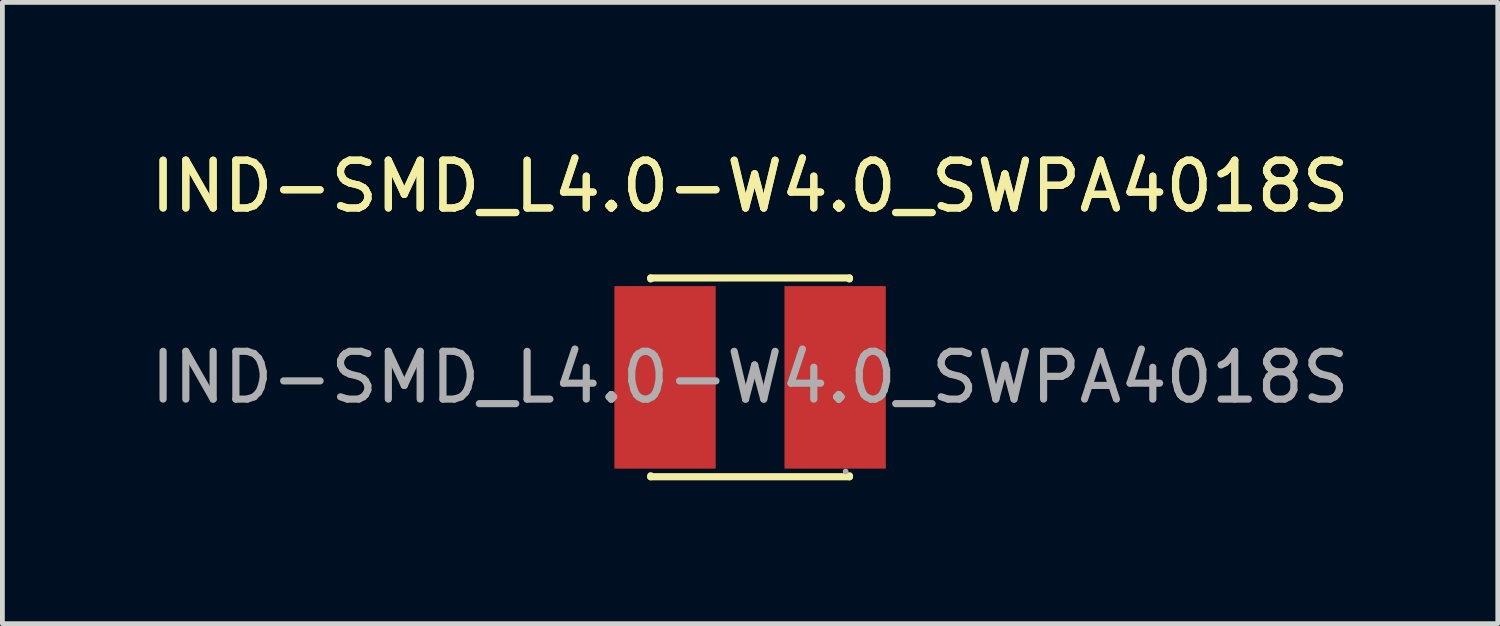
<source format=kicad_pcb>
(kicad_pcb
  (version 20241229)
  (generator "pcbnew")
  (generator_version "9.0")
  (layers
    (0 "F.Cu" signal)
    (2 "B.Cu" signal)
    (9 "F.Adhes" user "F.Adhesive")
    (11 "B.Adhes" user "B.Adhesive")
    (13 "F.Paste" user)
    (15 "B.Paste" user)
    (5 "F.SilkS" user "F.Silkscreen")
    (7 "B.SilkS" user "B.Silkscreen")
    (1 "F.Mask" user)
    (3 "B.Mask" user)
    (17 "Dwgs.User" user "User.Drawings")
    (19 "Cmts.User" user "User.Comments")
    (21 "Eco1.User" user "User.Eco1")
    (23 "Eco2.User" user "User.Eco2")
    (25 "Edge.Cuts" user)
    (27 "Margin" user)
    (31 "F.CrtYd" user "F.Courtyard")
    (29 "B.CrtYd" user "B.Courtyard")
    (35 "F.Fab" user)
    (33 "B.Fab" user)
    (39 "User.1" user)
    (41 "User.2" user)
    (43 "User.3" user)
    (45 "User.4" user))
  (footprint "IND-SMD_L4.0-W4.0_SWPA4018S"
    (layer "F.Cu")
    (at 12.649 4.848)
    (property "Reference" "IND-SMD_L4.0-W4.0_SWPA4018S" (at 0 -4 0) (layer "F.SilkS") (effects (font (size 1 1) (thickness 0.15))))
    (attr smd)
    (fp_line (start -2.08 -2.08) (end 2.08 -2.08) (stroke (width 0.15) (type solid)) (layer "F.SilkS"))
    (fp_line (start -2.08 -2.06) (end -2.08 -2.08) (stroke (width 0.15) (type solid)) (layer "F.SilkS"))
    (fp_line (start -2.08 2.06) (end -2.08 2.08) (stroke (width 0.15) (type solid)) (layer "F.SilkS"))
    (fp_line (start -2.08 2.08) (end 2.08 2.08) (stroke (width 0.15) (type solid)) (layer "F.SilkS"))
    (fp_line (start 2.08 -2.08) (end 2.08 -2.06) (stroke (width 0.15) (type solid)) (layer "F.SilkS"))
    (fp_line (start 2.08 2.08) (end 2.08 2.06) (stroke (width 0.15) (type solid)) (layer "F.SilkS"))
    (fp_circle (center 2 1.97) (end 2.03 1.97) (stroke (width 0.06) (type solid)) (fill no) (layer "F.Fab"))
    (fp_text user "${REFERENCE}" (at 0 -4 0) (layer "F.SilkS") (effects (font (size 1 1) (thickness 0.15))))
    (fp_text user "${REFERENCE}" (at 0 0 0) (layer "F.Fab") (effects (font (size 1 1) (thickness 0.15))))
    (pad "1" smd rect (at 1.78 0) (size 2.12 3.82) (layers "F.Cu" "F.Mask" "F.Paste"))
    (pad "2" smd rect (at -1.78 0) (size 2.12 3.82) (layers "F.Cu" "F.Mask" "F.Paste")))
  (gr_rect
    (start -3 -3)
    (end 28.298 10.003)
    (stroke (width 0.1) (type default))
    (fill no)
    (layer "Edge.Cuts")))
</source>
